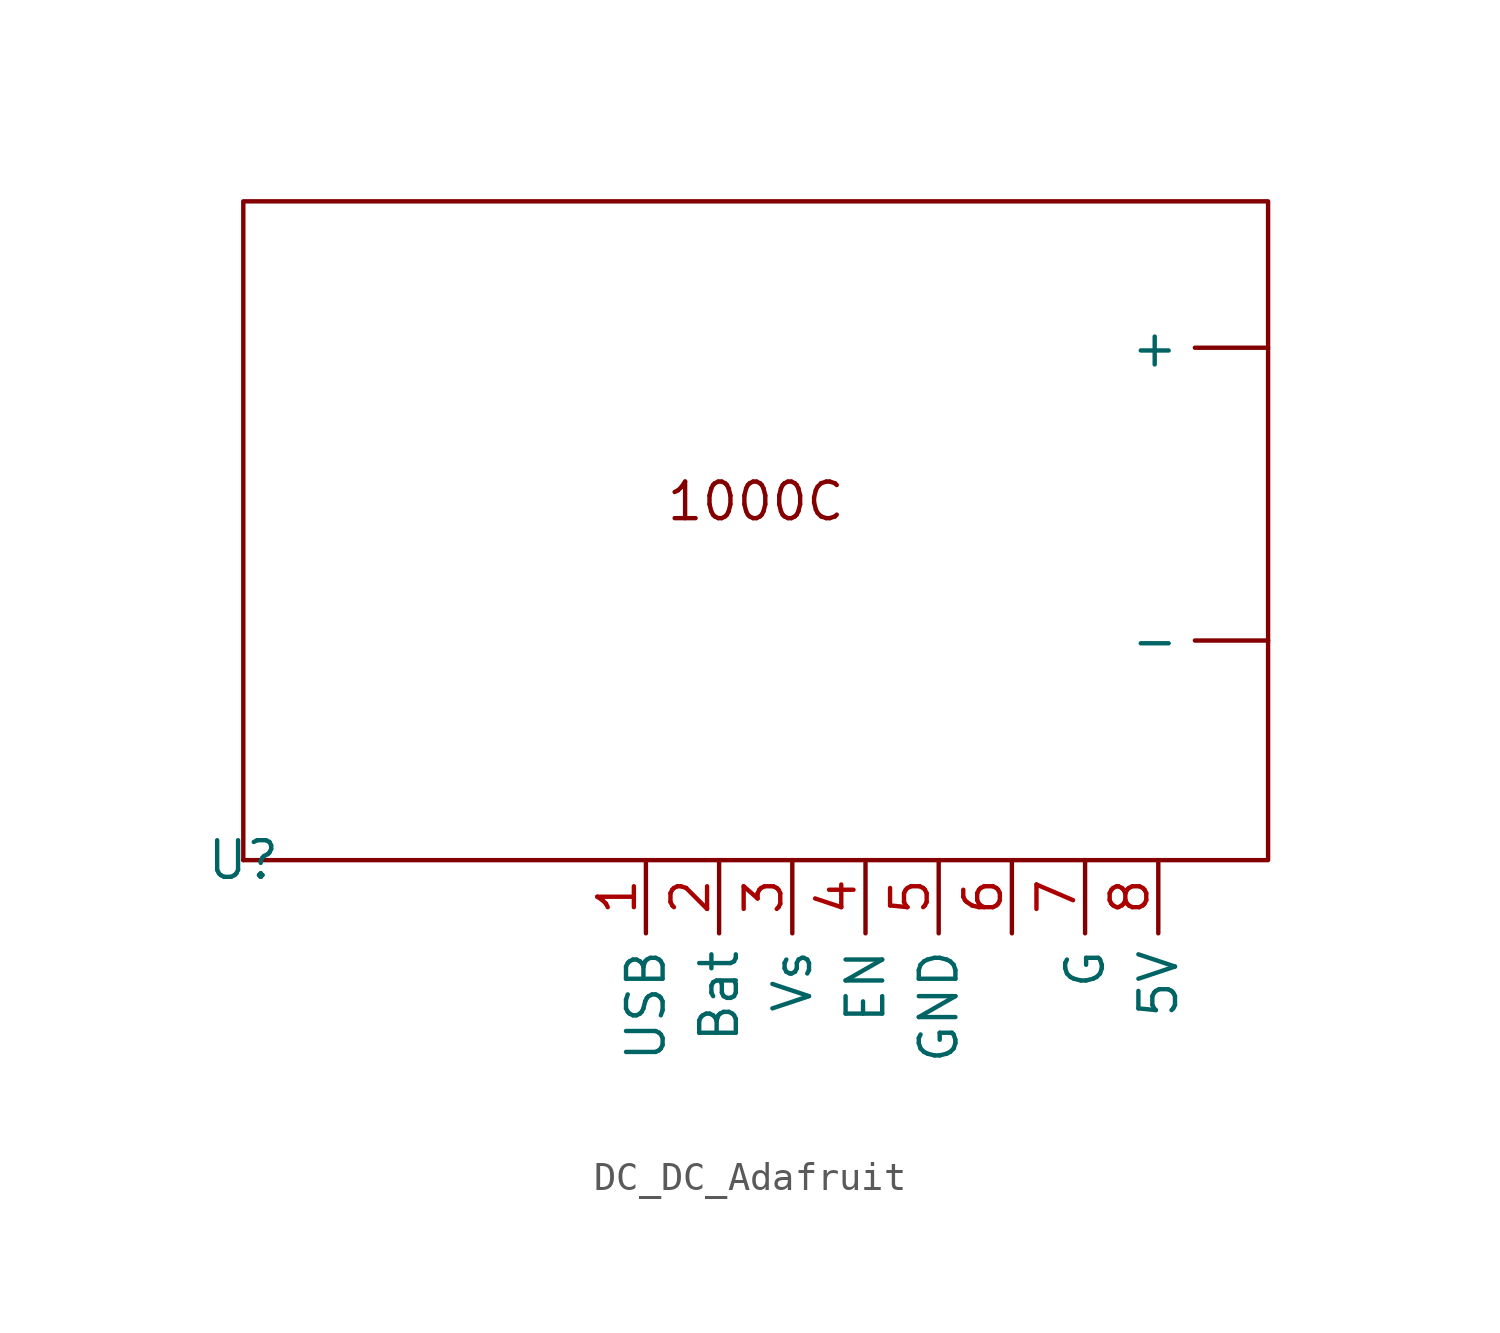
<source format=kicad_sym>
(kicad_symbol_lib
  (version 20231120)
  (generator "kicad_symbol_editor")
  (generator_version "8.0")
  (symbol "DC_DC_Adafruit"
    (property "Reference" "U"
      (at 0 0 0)
      (effects (font (size 1.27 1.27))))
    (property "Value" ""
      (at 0 0 0)
      (effects (font (size 1.27 1.27))))
    (property "Footprint" ""
      (at 0 0 0)
      (effects (font (size 1.27 1.27))))
    (symbol "DC_DC_Adafruit_0_1"
      (rectangle (start 0 0) (end 0 0) (stroke (width 0) (type default)) (fill (type none)))
      (rectangle (start 0 22.86) (end 35.56 0) (stroke (width 0) (type default)) (fill (type none))))
    (symbol "DC_DC_Adafruit_1_1"
      (text "1000C" (at 17.78 12.446 0) (effects (font (size 1.27 1.27))))
      (pin power_in line (at 35.56 17.78 180) (length 2.54) (name "+" (effects (font (size 1.27 1.27)))) (number "" (effects (font (size 1.27 1.27)))))
      (pin power_in line (at 35.56 7.62 180) (length 2.54) (name "-" (effects (font (size 1.27 1.27)))) (number "" (effects (font (size 1.27 1.27)))))
      (pin input line (at 13.97 0 270) (length 2.54) (name "USB" (effects (font (size 1.27 1.27)))) (number "1" (effects (font (size 1.27 1.27)))))
      (pin input line (at 16.51 0 270) (length 2.54) (name "Bat" (effects (font (size 1.27 1.27)))) (number "2" (effects (font (size 1.27 1.27)))))
      (pin input line (at 19.05 0 270) (length 2.54) (name "Vs" (effects (font (size 1.27 1.27)))) (number "3" (effects (font (size 1.27 1.27)))))
      (pin input line (at 21.59 0 270) (length 2.54) (name "EN" (effects (font (size 1.27 1.27)))) (number "4" (effects (font (size 1.27 1.27)))))
      (pin input line (at 24.13 0 270) (length 2.54) (name "GND" (effects (font (size 1.27 1.27)))) (number "5" (effects (font (size 1.27 1.27)))))
      (pin input line (at 26.67 0 270) (length 2.54) (name "" (effects (font (size 1.27 1.27)))) (number "6" (effects (font (size 1.27 1.27)))))
      (pin input line (at 29.21 0 270) (length 2.54) (name "G" (effects (font (size 1.27 1.27)))) (number "7" (effects (font (size 1.27 1.27)))))
      (pin input line (at 31.75 0 270) (length 2.54) (name "5V" (effects (font (size 1.27 1.27)))) (number "8" (effects (font (size 1.27 1.27))))))))
</source>
